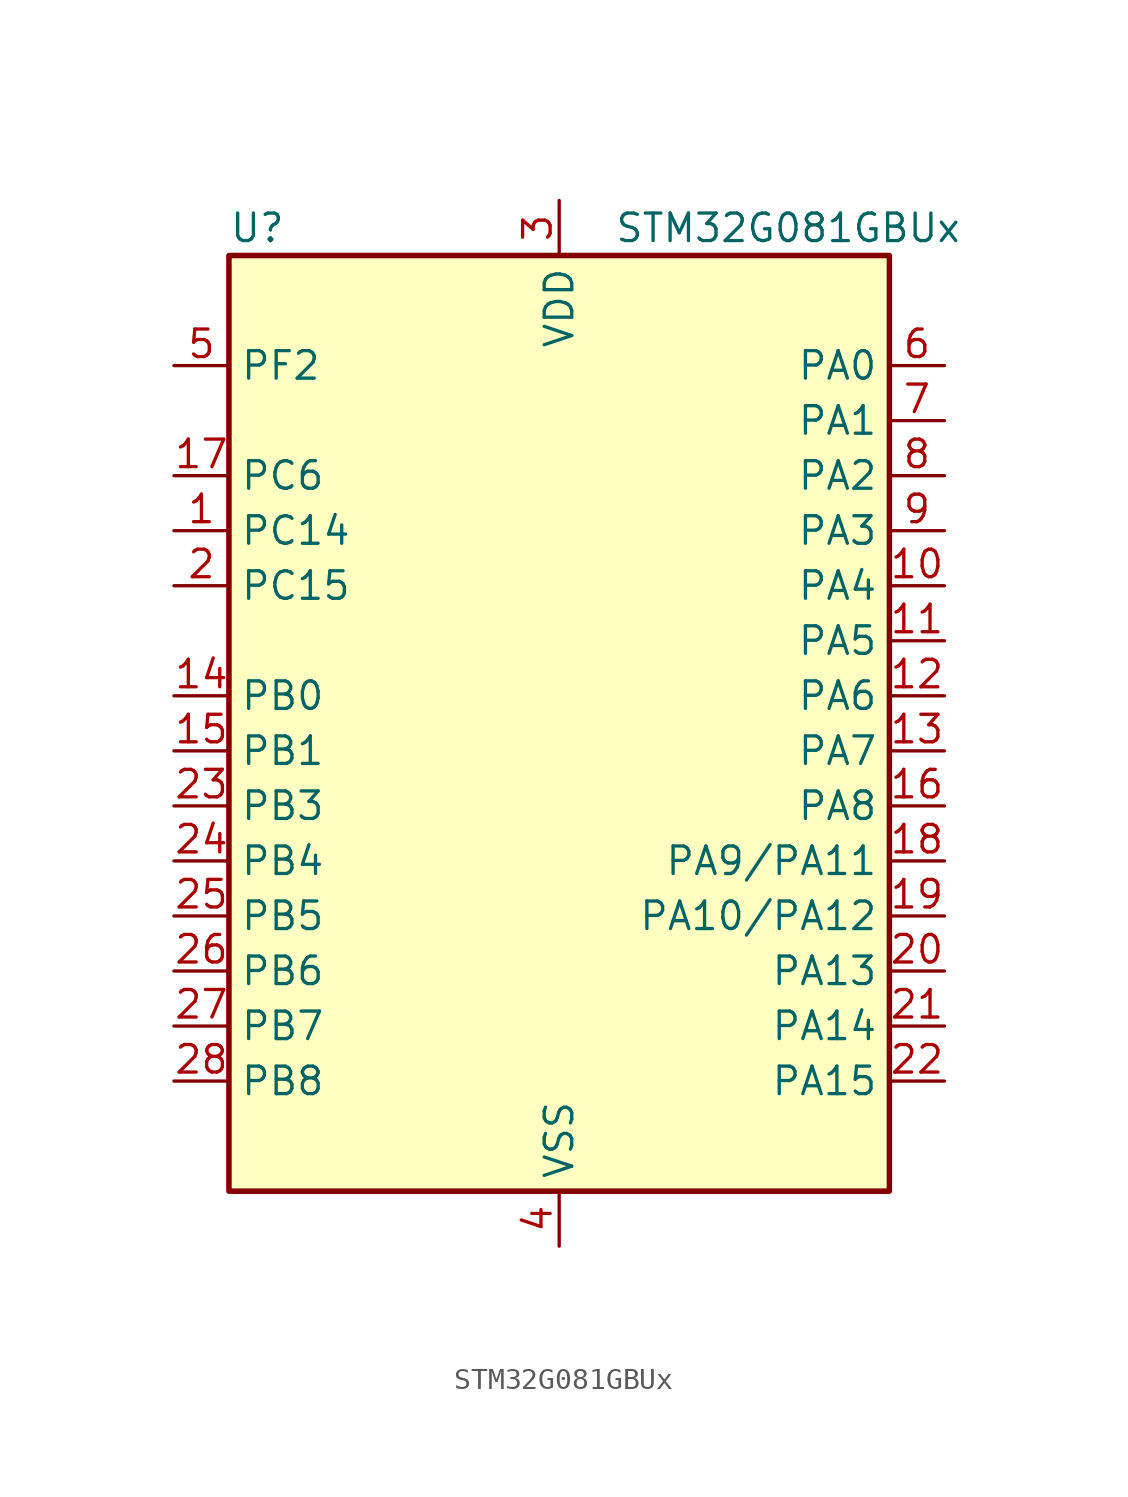
<source format=kicad_sym>
(kicad_symbol_lib
  (version 20241209)
  (generator "kicad_symbol_editor")
  (generator_version "9.0")
  (symbol "STM32G081GBUx"
    (property "Reference" "U"
      (at -15.24 24.13 0)
      (effects (font (size 1.27 1.27)) (justify left)))
    (property "Value" "STM32G081GBUx"
      (at 2.54 24.13 0)
      (effects (font (size 1.27 1.27)) (justify left)))
    (symbol "STM32G081GBUx_0_1"
      (rectangle (start -15.24 -20.32) (end 15.24 22.86) (stroke (width 0.254) (type default)) (fill (type background))))
    (symbol "STM32G081GBUx_1_1"
      (pin bidirectional line (at -17.78 17.78 0) (length 2.54) (name "PF2" (effects (font (size 1.27 1.27)))) (number "5" (effects (font (size 1.27 1.27)))) (alternate "RCC_MCO" bidirectional line))
      (pin bidirectional line (at -17.78 12.7 0) (length 2.54) (name "PC6" (effects (font (size 1.27 1.27)))) (number "17" (effects (font (size 1.27 1.27)))) (alternate "TIM2_CH3" bidirectional line) (alternate "TIM3_CH1" bidirectional line) (alternate "UCPD1_FRSTX1" bidirectional line) (alternate "UCPD1_FRSTX2" bidirectional line))
      (pin bidirectional line (at -17.78 10.16 0) (length 2.54) (name "PC14" (effects (font (size 1.27 1.27)))) (number "1" (effects (font (size 1.27 1.27)))) (alternate "RCC_OSC32_IN" bidirectional line) (alternate "RCC_OSC_IN" bidirectional line) (alternate "TIM1_BK2" bidirectional line))
      (pin bidirectional line (at -17.78 7.62 0) (length 2.54) (name "PC15" (effects (font (size 1.27 1.27)))) (number "2" (effects (font (size 1.27 1.27)))) (alternate "RCC_OSC32_EN" bidirectional line) (alternate "RCC_OSC32_OUT" bidirectional line) (alternate "RCC_OSC_EN" bidirectional line) (alternate "TIM15_BK" bidirectional line))
      (pin bidirectional line (at -17.78 2.54 0) (length 2.54) (name "PB0" (effects (font (size 1.27 1.27)))) (number "14" (effects (font (size 1.27 1.27)))) (alternate "ADC1_IN8" bidirectional line) (alternate "COMP1_OUT" bidirectional line) (alternate "I2S1_WS" bidirectional line) (alternate "LPTIM1_OUT" bidirectional line) (alternate "SPI1_NSS" bidirectional line) (alternate "TIM1_CH2N" bidirectional line) (alternate "TIM3_CH3" bidirectional line) (alternate "UCPD1_FRSTX1" bidirectional line) (alternate "UCPD1_FRSTX2" bidirectional line) (alternate "USART3_RX" bidirectional line))
      (pin bidirectional line (at -17.78 0 0) (length 2.54) (name "PB1" (effects (font (size 1.27 1.27)))) (number "15" (effects (font (size 1.27 1.27)))) (alternate "ADC1_IN9" bidirectional line) (alternate "COMP1_INM" bidirectional line) (alternate "LPTIM2_IN1" bidirectional line) (alternate "LPUART1_DE" bidirectional line) (alternate "LPUART1_RTS" bidirectional line) (alternate "TIM14_CH1" bidirectional line) (alternate "TIM1_CH3N" bidirectional line) (alternate "TIM3_CH4" bidirectional line) (alternate "USART3_CK" bidirectional line) (alternate "USART3_DE" bidirectional line) (alternate "USART3_RTS" bidirectional line))
      (pin bidirectional line (at -17.78 -2.54 0) (length 2.54) (name "PB3" (effects (font (size 1.27 1.27)))) (number "23" (effects (font (size 1.27 1.27)))) (alternate "COMP2_INM" bidirectional line) (alternate "I2S1_CK" bidirectional line) (alternate "SPI1_SCK" bidirectional line) (alternate "TIM1_CH2" bidirectional line) (alternate "TIM2_CH2" bidirectional line) (alternate "USART1_CK" bidirectional line) (alternate "USART1_DE" bidirectional line) (alternate "USART1_RTS" bidirectional line))
      (pin bidirectional line (at -17.78 -5.08 0) (length 2.54) (name "PB4" (effects (font (size 1.27 1.27)))) (number "24" (effects (font (size 1.27 1.27)))) (alternate "COMP2_INP" bidirectional line) (alternate "I2S1_MCK" bidirectional line) (alternate "SPI1_MISO" bidirectional line) (alternate "TIM17_BK" bidirectional line) (alternate "TIM3_CH1" bidirectional line) (alternate "USART1_CTS" bidirectional line) (alternate "USART1_NSS" bidirectional line))
      (pin bidirectional line (at -17.78 -7.62 0) (length 2.54) (name "PB5" (effects (font (size 1.27 1.27)))) (number "25" (effects (font (size 1.27 1.27)))) (alternate "COMP2_OUT" bidirectional line) (alternate "I2C1_SMBA" bidirectional line) (alternate "I2S1_SD" bidirectional line) (alternate "LPTIM1_IN1" bidirectional line) (alternate "SPI1_MOSI" bidirectional line) (alternate "SYS_WKUP6" bidirectional line) (alternate "TIM16_BK" bidirectional line) (alternate "TIM3_CH2" bidirectional line))
      (pin bidirectional line (at -17.78 -10.16 0) (length 2.54) (name "PB6" (effects (font (size 1.27 1.27)))) (number "26" (effects (font (size 1.27 1.27)))) (alternate "COMP2_INP" bidirectional line) (alternate "I2C1_SCL" bidirectional line) (alternate "LPTIM1_ETR" bidirectional line) (alternate "SPI2_MISO" bidirectional line) (alternate "TIM16_CH1N" bidirectional line) (alternate "TIM1_CH3" bidirectional line) (alternate "USART1_TX" bidirectional line))
      (pin bidirectional line (at -17.78 -12.7 0) (length 2.54) (name "PB7" (effects (font (size 1.27 1.27)))) (number "27" (effects (font (size 1.27 1.27)))) (alternate "COMP2_INM" bidirectional line) (alternate "I2C1_SDA" bidirectional line) (alternate "LPTIM1_IN2" bidirectional line) (alternate "SPI2_MOSI" bidirectional line) (alternate "SYS_PVD_IN" bidirectional line) (alternate "TIM17_CH1N" bidirectional line) (alternate "USART1_RX" bidirectional line) (alternate "USART4_CTS" bidirectional line) (alternate "USART4_NSS" bidirectional line))
      (pin bidirectional line (at -17.78 -15.24 0) (length 2.54) (name "PB8" (effects (font (size 1.27 1.27)))) (number "28" (effects (font (size 1.27 1.27)))) (alternate "CEC" bidirectional line) (alternate "I2C1_SCL" bidirectional line) (alternate "SPI2_SCK" bidirectional line) (alternate "TIM15_BK" bidirectional line) (alternate "TIM16_CH1" bidirectional line) (alternate "USART3_TX" bidirectional line))
      (pin power_in line (at 0 25.4 270) (length 2.54) (name "VDD" (effects (font (size 1.27 1.27)))) (number "3" (effects (font (size 1.27 1.27)))))
      (pin power_in line (at 0 -22.86 90) (length 2.54) (name "VSS" (effects (font (size 1.27 1.27)))) (number "4" (effects (font (size 1.27 1.27)))))
      (pin bidirectional line (at 17.78 17.78 180) (length 2.54) (name "PA0" (effects (font (size 1.27 1.27)))) (number "6" (effects (font (size 1.27 1.27)))) (alternate "ADC1_IN0" bidirectional line) (alternate "COMP1_INM" bidirectional line) (alternate "COMP1_OUT" bidirectional line) (alternate "LPTIM1_OUT" bidirectional line) (alternate "RTC_TAMP_IN2" bidirectional line) (alternate "SPI2_SCK" bidirectional line) (alternate "SYS_WKUP1" bidirectional line) (alternate "TIM2_CH1" bidirectional line) (alternate "TIM2_ETR" bidirectional line) (alternate "USART2_CTS" bidirectional line) (alternate "USART2_NSS" bidirectional line) (alternate "USART4_TX" bidirectional line))
      (pin bidirectional line (at 17.78 15.24 180) (length 2.54) (name "PA1" (effects (font (size 1.27 1.27)))) (number "7" (effects (font (size 1.27 1.27)))) (alternate "ADC1_IN1" bidirectional line) (alternate "COMP1_INP" bidirectional line) (alternate "I2C1_SMBA" bidirectional line) (alternate "I2S1_CK" bidirectional line) (alternate "SPI1_SCK" bidirectional line) (alternate "TIM15_CH1N" bidirectional line) (alternate "TIM2_CH2" bidirectional line) (alternate "USART2_CK" bidirectional line) (alternate "USART2_DE" bidirectional line) (alternate "USART2_RTS" bidirectional line) (alternate "USART4_RX" bidirectional line))
      (pin bidirectional line (at 17.78 12.7 180) (length 2.54) (name "PA2" (effects (font (size 1.27 1.27)))) (number "8" (effects (font (size 1.27 1.27)))) (alternate "ADC1_IN2" bidirectional line) (alternate "COMP2_INM" bidirectional line) (alternate "COMP2_OUT" bidirectional line) (alternate "I2S1_SD" bidirectional line) (alternate "LPUART1_TX" bidirectional line) (alternate "RCC_LSCO" bidirectional line) (alternate "SPI1_MOSI" bidirectional line) (alternate "SYS_WKUP4" bidirectional line) (alternate "TIM15_CH1" bidirectional line) (alternate "TIM2_CH3" bidirectional line) (alternate "UCPD1_FRSTX1" bidirectional line) (alternate "UCPD1_FRSTX2" bidirectional line) (alternate "USART2_TX" bidirectional line))
      (pin bidirectional line (at 17.78 10.16 180) (length 2.54) (name "PA3" (effects (font (size 1.27 1.27)))) (number "9" (effects (font (size 1.27 1.27)))) (alternate "ADC1_IN3" bidirectional line) (alternate "COMP2_INP" bidirectional line) (alternate "LPUART1_RX" bidirectional line) (alternate "SPI2_MISO" bidirectional line) (alternate "TIM15_CH2" bidirectional line) (alternate "TIM2_CH4" bidirectional line) (alternate "USART2_RX" bidirectional line))
      (pin bidirectional line (at 17.78 7.62 180) (length 2.54) (name "PA4" (effects (font (size 1.27 1.27)))) (number "10" (effects (font (size 1.27 1.27)))) (alternate "ADC1_IN4" bidirectional line) (alternate "DAC1_OUT1" bidirectional line) (alternate "I2S1_WS" bidirectional line) (alternate "LPTIM2_OUT" bidirectional line) (alternate "RTC_OUT_ALARM" bidirectional line) (alternate "RTC_OUT_CALIB" bidirectional line) (alternate "RTC_TAMP_IN1" bidirectional line) (alternate "RTC_TS" bidirectional line) (alternate "SPI1_NSS" bidirectional line) (alternate "SPI2_MOSI" bidirectional line) (alternate "SYS_WKUP2" bidirectional line) (alternate "TIM14_CH1" bidirectional line))
      (pin bidirectional line (at 17.78 5.08 180) (length 2.54) (name "PA5" (effects (font (size 1.27 1.27)))) (number "11" (effects (font (size 1.27 1.27)))) (alternate "ADC1_IN5" bidirectional line) (alternate "CEC" bidirectional line) (alternate "DAC1_OUT2" bidirectional line) (alternate "I2S1_CK" bidirectional line) (alternate "LPTIM2_ETR" bidirectional line) (alternate "SPI1_SCK" bidirectional line) (alternate "TIM2_CH1" bidirectional line) (alternate "TIM2_ETR" bidirectional line) (alternate "UCPD1_FRSTX1" bidirectional line) (alternate "UCPD1_FRSTX2" bidirectional line) (alternate "USART3_TX" bidirectional line))
      (pin bidirectional line (at 17.78 2.54 180) (length 2.54) (name "PA6" (effects (font (size 1.27 1.27)))) (number "12" (effects (font (size 1.27 1.27)))) (alternate "ADC1_IN6" bidirectional line) (alternate "COMP1_OUT" bidirectional line) (alternate "I2S1_MCK" bidirectional line) (alternate "LPUART1_CTS" bidirectional line) (alternate "SPI1_MISO" bidirectional line) (alternate "TIM16_CH1" bidirectional line) (alternate "TIM1_BK" bidirectional line) (alternate "TIM3_CH1" bidirectional line) (alternate "USART3_CTS" bidirectional line) (alternate "USART3_NSS" bidirectional line))
      (pin bidirectional line (at 17.78 0 180) (length 2.54) (name "PA7" (effects (font (size 1.27 1.27)))) (number "13" (effects (font (size 1.27 1.27)))) (alternate "ADC1_IN7" bidirectional line) (alternate "COMP2_OUT" bidirectional line) (alternate "I2S1_SD" bidirectional line) (alternate "SPI1_MOSI" bidirectional line) (alternate "TIM14_CH1" bidirectional line) (alternate "TIM17_CH1" bidirectional line) (alternate "TIM1_CH1N" bidirectional line) (alternate "TIM3_CH2" bidirectional line) (alternate "UCPD1_FRSTX1" bidirectional line) (alternate "UCPD1_FRSTX2" bidirectional line))
      (pin bidirectional line (at 17.78 -2.54 180) (length 2.54) (name "PA8" (effects (font (size 1.27 1.27)))) (number "16" (effects (font (size 1.27 1.27)))) (alternate "LPTIM2_OUT" bidirectional line) (alternate "RCC_MCO" bidirectional line) (alternate "SPI2_NSS" bidirectional line) (alternate "TIM1_CH1" bidirectional line) (alternate "UCPD1_CC1" bidirectional line))
      (pin bidirectional line (at 17.78 -5.08 180) (length 2.54) (name "PA9/PA11" (effects (font (size 1.27 1.27)))) (number "18" (effects (font (size 1.27 1.27)))) (alternate "ADC1_EXTI11 (PA11)" bidirectional line) (alternate "COMP1_OUT (PA11)" bidirectional line) (alternate "DAC1_EXTI9 (PA9)" bidirectional line) (alternate "I2C1_SCL (PA9)" bidirectional line) (alternate "I2C2_SCL (PA11)" bidirectional line) (alternate "I2S1_MCK (PA11)" bidirectional line) (alternate "PA11" bidirectional line) (alternate "PA9" bidirectional line) (alternate "RCC_MCO (PA9)" bidirectional line) (alternate "SPI1_MISO (PA11)" bidirectional line) (alternate "SPI2_MISO (PA9)" bidirectional line) (alternate "TIM15_BK (PA9)" bidirectional line) (alternate "TIM1_BK2 (PA11)" bidirectional line) (alternate "TIM1_CH2 (PA9)" bidirectional line) (alternate "TIM1_CH4 (PA11)" bidirectional line) (alternate "USART1_CTS (PA11)" bidirectional line) (alternate "USART1_NSS (PA11)" bidirectional line) (alternate "USART1_TX (PA9)" bidirectional line))
      (pin bidirectional line (at 17.78 -7.62 180) (length 2.54) (name "PA10/PA12" (effects (font (size 1.27 1.27)))) (number "19" (effects (font (size 1.27 1.27)))) (alternate "COMP2_OUT (PA12)" bidirectional line) (alternate "I2C1_SDA (PA10)" bidirectional line) (alternate "I2C2_SDA (PA12)" bidirectional line) (alternate "I2S1_SD (PA12)" bidirectional line) (alternate "I2S_CKIN (PA12)" bidirectional line) (alternate "PA10" bidirectional line) (alternate "PA12" bidirectional line) (alternate "SPI1_MOSI (PA12)" bidirectional line) (alternate "SPI2_MOSI (PA10)" bidirectional line) (alternate "TIM17_BK (PA10)" bidirectional line) (alternate "TIM1_CH3 (PA10)" bidirectional line) (alternate "TIM1_ETR (PA12)" bidirectional line) (alternate "USART1_CK (PA12)" bidirectional line) (alternate "USART1_DE (PA12)" bidirectional line) (alternate "USART1_RTS (PA12)" bidirectional line) (alternate "USART1_RX (PA10)" bidirectional line))
      (pin bidirectional line (at 17.78 -10.16 180) (length 2.54) (name "PA13" (effects (font (size 1.27 1.27)))) (number "20" (effects (font (size 1.27 1.27)))) (alternate "IR_OUT" bidirectional line) (alternate "SYS_SWDIO" bidirectional line))
      (pin bidirectional line (at 17.78 -12.7 180) (length 2.54) (name "PA14" (effects (font (size 1.27 1.27)))) (number "21" (effects (font (size 1.27 1.27)))) (alternate "SYS_SWCLK" bidirectional line) (alternate "USART2_TX" bidirectional line))
      (pin bidirectional line (at 17.78 -15.24 180) (length 2.54) (name "PA15" (effects (font (size 1.27 1.27)))) (number "22" (effects (font (size 1.27 1.27)))) (alternate "I2S1_WS" bidirectional line) (alternate "SPI1_NSS" bidirectional line) (alternate "TIM2_CH1" bidirectional line) (alternate "TIM2_ETR" bidirectional line) (alternate "USART2_RX" bidirectional line) (alternate "USART3_CK" bidirectional line) (alternate "USART3_DE" bidirectional line) (alternate "USART3_RTS" bidirectional line) (alternate "USART4_CK" bidirectional line) (alternate "USART4_DE" bidirectional line) (alternate "USART4_RTS" bidirectional line)))))
</source>
